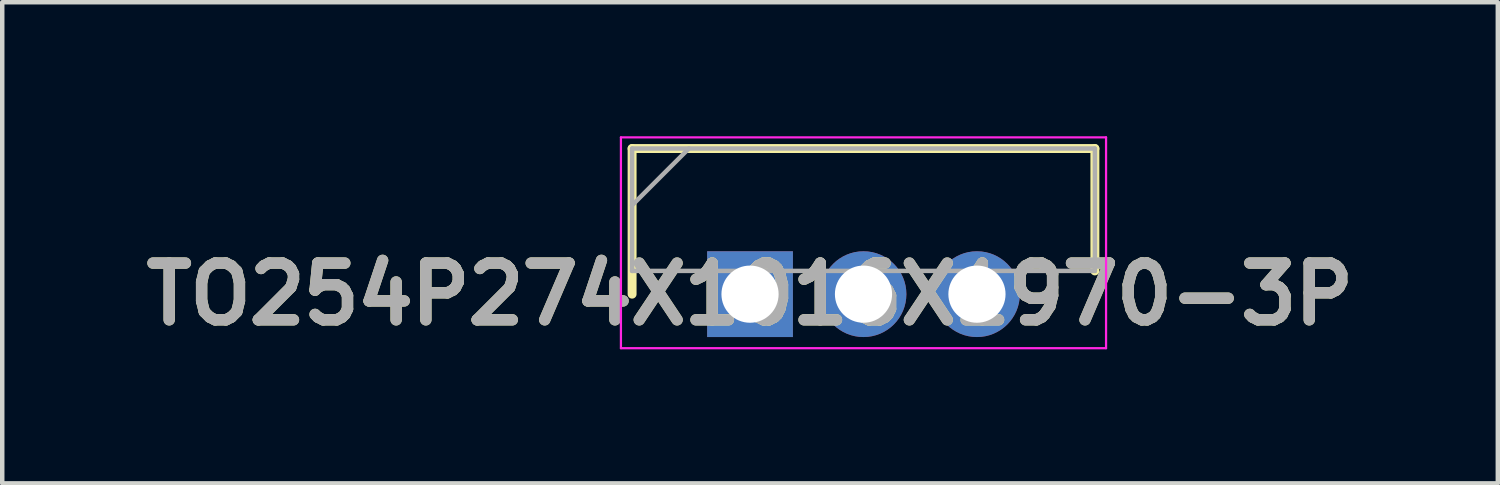
<source format=kicad_pcb>
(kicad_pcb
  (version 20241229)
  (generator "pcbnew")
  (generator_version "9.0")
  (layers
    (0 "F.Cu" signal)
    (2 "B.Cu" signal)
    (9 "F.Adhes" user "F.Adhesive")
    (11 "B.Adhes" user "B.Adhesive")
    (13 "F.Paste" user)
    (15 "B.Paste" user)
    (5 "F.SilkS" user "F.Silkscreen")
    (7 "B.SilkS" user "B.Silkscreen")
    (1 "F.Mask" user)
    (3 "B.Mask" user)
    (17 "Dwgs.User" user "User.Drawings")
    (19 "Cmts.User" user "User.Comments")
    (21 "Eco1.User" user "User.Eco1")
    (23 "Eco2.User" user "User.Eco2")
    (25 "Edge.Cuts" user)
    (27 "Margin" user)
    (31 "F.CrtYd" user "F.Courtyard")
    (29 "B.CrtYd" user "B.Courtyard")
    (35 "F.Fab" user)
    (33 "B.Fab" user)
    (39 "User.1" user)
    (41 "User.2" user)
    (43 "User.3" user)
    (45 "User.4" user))
  (footprint "TO254P274X1016X1970-3P"
    (layer "F.Cu")
    (at 13.74 3.535)
    (property "Reference" "TO254P274X1016X1970-3P" (at 0 0 0) (layer "F.SilkS") (effects (font (size 1.27 1.27) (thickness 0.254))))
    (attr through_hole)
    (fp_line (start -2.64 -3.26) (end -2.64 0) (stroke (width 0.2) (type solid)) (layer "F.SilkS"))
    (fp_line (start 7.72 -3.26) (end -2.64 -3.26) (stroke (width 0.2) (type solid)) (layer "F.SilkS"))
    (fp_line (start 7.72 -0.52) (end 7.72 -3.26) (stroke (width 0.2) (type solid)) (layer "F.SilkS"))
    (fp_line (start -2.89 -3.51) (end 7.97 -3.51) (stroke (width 0.05) (type solid)) (layer "F.CrtYd"))
    (fp_line (start -2.89 1.21) (end -2.89 -3.51) (stroke (width 0.05) (type solid)) (layer "F.CrtYd"))
    (fp_line (start 7.97 -3.51) (end 7.97 1.21) (stroke (width 0.05) (type solid)) (layer "F.CrtYd"))
    (fp_line (start 7.97 1.21) (end -2.89 1.21) (stroke (width 0.05) (type solid)) (layer "F.CrtYd"))
    (fp_line (start -2.64 -3.26) (end 7.72 -3.26) (stroke (width 0.1) (type solid)) (layer "F.Fab"))
    (fp_line (start -2.64 -1.99) (end -1.37 -3.26) (stroke (width 0.1) (type solid)) (layer "F.Fab"))
    (fp_line (start -2.64 -0.52) (end -2.64 -3.26) (stroke (width 0.1) (type solid)) (layer "F.Fab"))
    (fp_line (start 7.72 -3.26) (end 7.72 -0.52) (stroke (width 0.1) (type solid)) (layer "F.Fab"))
    (fp_line (start 7.72 -0.52) (end -2.64 -0.52) (stroke (width 0.1) (type solid)) (layer "F.Fab"))
    (fp_text user "${REFERENCE}" (at 0 0 0) (layer "F.Fab") (effects (font (size 1.27 1.27) (thickness 0.254))))
    (pad "1" thru_hole rect (at 0 0) (size 1.92 1.92) (drill 1.28) (layers "*.Cu" "*.Mask"))
    (pad "2" thru_hole circle (at 2.54 0) (size 1.92 1.92) (drill 1.28) (layers "*.Cu" "*.Mask"))
    (pad "3" thru_hole circle (at 5.08 0) (size 1.92 1.92) (drill 1.28) (layers "*.Cu" "*.Mask")))
  (gr_rect
    (start -3 -3)
    (end 30.48 7.77)
    (stroke (width 0.1) (type default))
    (fill no)
    (layer "Edge.Cuts")))
</source>
